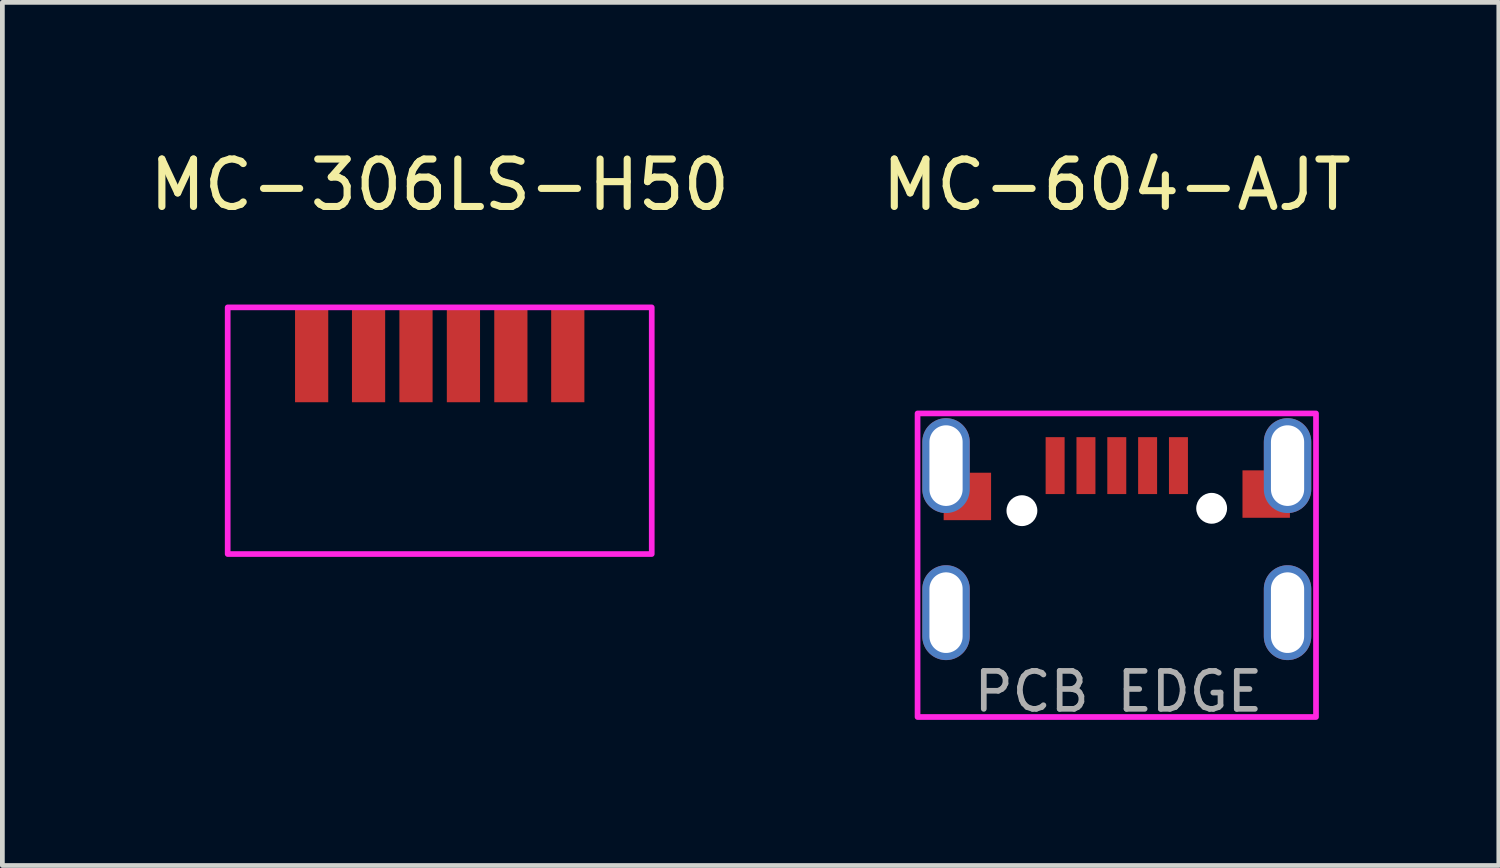
<source format=kicad_pcb>
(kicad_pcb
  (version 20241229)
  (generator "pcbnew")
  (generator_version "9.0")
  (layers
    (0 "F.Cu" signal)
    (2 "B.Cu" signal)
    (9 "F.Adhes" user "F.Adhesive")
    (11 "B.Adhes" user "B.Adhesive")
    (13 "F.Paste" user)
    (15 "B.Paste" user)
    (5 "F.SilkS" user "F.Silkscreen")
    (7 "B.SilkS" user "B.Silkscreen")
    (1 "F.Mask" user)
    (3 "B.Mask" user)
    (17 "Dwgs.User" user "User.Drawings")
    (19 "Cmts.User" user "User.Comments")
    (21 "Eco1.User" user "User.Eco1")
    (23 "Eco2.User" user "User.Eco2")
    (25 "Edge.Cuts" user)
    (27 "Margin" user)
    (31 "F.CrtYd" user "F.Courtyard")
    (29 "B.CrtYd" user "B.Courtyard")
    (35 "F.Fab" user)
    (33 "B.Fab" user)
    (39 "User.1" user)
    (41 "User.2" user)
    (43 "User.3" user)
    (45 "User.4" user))
  (footprint "MC-604-AJT"
    (layer "F.Cu")
    (at 20.494 6.766)
    (property "Reference" "MC-604-AJT" (at 0 -5.918 0) (unlocked yes) (layer "F.SilkS") (effects (font (size 1 1) (thickness 0.15))))
    (attr smd)
    (fp_rect (start -4.2 -1.1) (end 4.2 5.3) (stroke (width 0.12) (type default)) (fill no) (layer "F.CrtYd"))
    (fp_text user "PCB EDGE" (at -3.073 5.232 0) (unlocked yes) (layer "F.Fab") (effects (font (size 0.8 0.8) (thickness 0.12)) (justify left bottom)))
    (pad "" np_thru_hole circle (at -2 0.95) (size 0.65 0.65) (drill 0.65) (layers "*.Cu" "*.Mask"))
    (pad "" np_thru_hole circle (at 2 0.9) (size 0.65 0.65) (drill 0.65) (layers "*.Cu" "*.Mask"))
    (pad "1" smd rect (at -1.3 0) (size 0.4 1.2) (layers "F.Cu" "F.Mask" "F.Paste"))
    (pad "2" smd rect (at -0.65 0) (size 0.4 1.2) (layers "F.Cu" "F.Mask" "F.Paste"))
    (pad "3" smd rect (at 0 0) (size 0.4 1.2) (layers "F.Cu" "F.Mask" "F.Paste"))
    (pad "4" smd rect (at 0.65 0) (size 0.4 1.2) (layers "F.Cu" "F.Mask" "F.Paste"))
    (pad "5" smd rect (at 1.3 0) (size 0.4 1.2) (layers "F.Cu" "F.Mask" "F.Paste"))
    (pad "6" thru_hole oval (at -3.6 0) (size 1 2) (drill oval 0.7 1.7) (layers "*.Cu" "*.Mask"))
    (pad "6" thru_hole oval (at -3.6 3.1) (size 1 2) (drill oval 0.7 1.7) (layers "*.Cu" "*.Mask"))
    (pad "6" smd rect (at -3.15 0.65) (size 1 1) (layers "F.Cu" "F.Mask" "F.Paste"))
    (pad "6" smd rect (at 3.15 0.6) (size 1 1) (layers "F.Cu" "F.Mask" "F.Paste"))
    (pad "6" thru_hole oval (at 3.6 0) (size 1 2) (drill oval 0.7 1.7) (layers "*.Cu" "*.Mask"))
    (pad "6" thru_hole oval (at 3.6 3.1) (size 1 2) (drill oval 0.7 1.7) (layers "*.Cu" "*.Mask")))
  (footprint "MC-306LS-H50"
    (layer "F.Cu")
    (at 6.22 6.03)
    (property "Reference" "MC-306LS-H50" (at 0 -5.182 0) (unlocked yes) (layer "F.SilkS") (effects (font (size 1 1) (thickness 0.15))))
    (attr smd)
    (fp_rect (start -4.47 -2.6) (end 4.47 2.6) (stroke (width 0.12) (type default)) (fill no) (layer "F.CrtYd"))
    (pad "1" smd rect (at -2.7 -1.6) (size 0.7 2) (layers "F.Cu" "F.Mask" "F.Paste"))
    (pad "2" smd rect (at -1.5 -1.6) (size 0.7 2) (layers "F.Cu" "F.Mask" "F.Paste"))
    (pad "3" smd rect (at -0.5 -1.6) (size 0.7 2) (layers "F.Cu" "F.Mask" "F.Paste"))
    (pad "4" smd rect (at 0.5 -1.6) (size 0.7 2) (layers "F.Cu" "F.Mask" "F.Paste"))
    (pad "5" smd rect (at 1.5 -1.6) (size 0.7 2) (layers "F.Cu" "F.Mask" "F.Paste"))
    (pad "6" smd rect (at 2.7 -1.6) (size 0.7 2) (layers "F.Cu" "F.Mask" "F.Paste")))
  (gr_rect
    (start -3 -3)
    (end 28.548 15.196)
    (stroke (width 0.1) (type default))
    (fill no)
    (layer "Edge.Cuts")))
</source>
